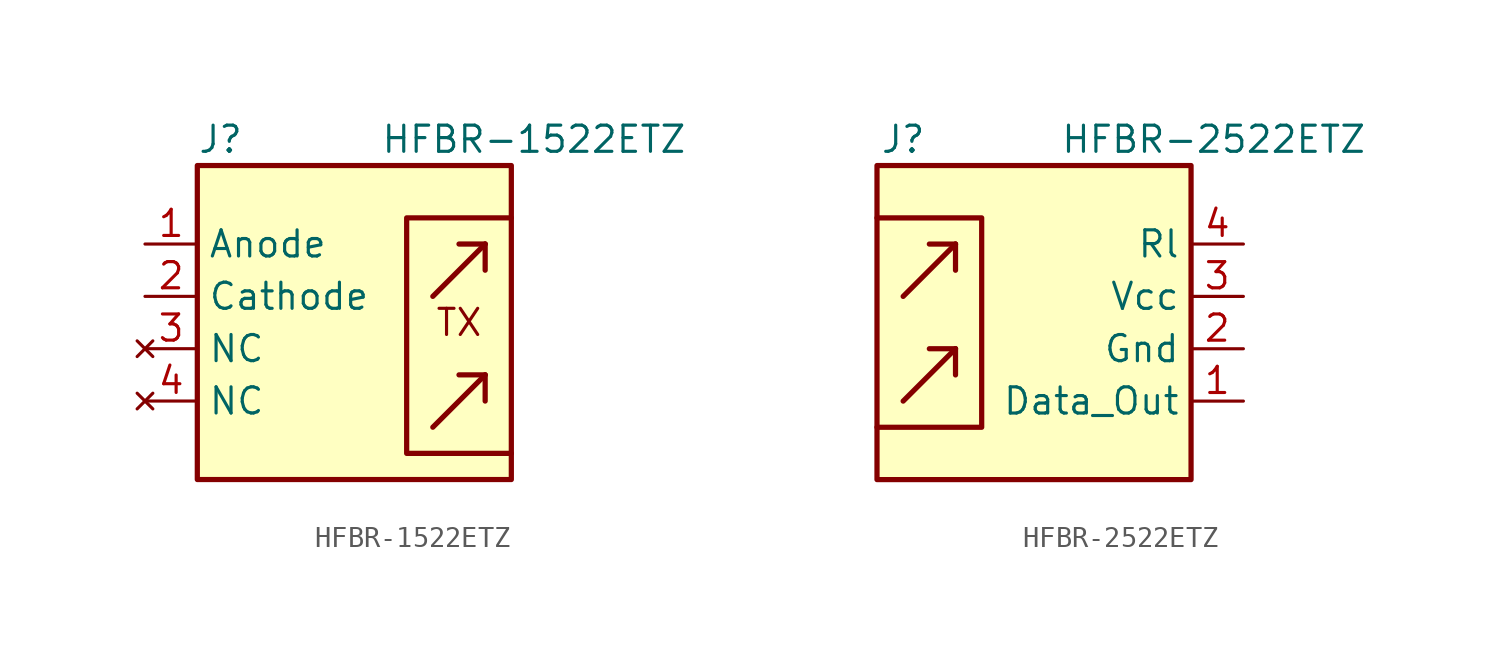
<source format=kicad_sym>
(kicad_symbol_lib
  (version 20211014)
  (generator kicad_symbol_editor)
  (symbol "HFBR-1522ETZ"
    (property "Reference" "J"
      (at -7.62 8.89 0)
      (effects (font (size 1.27 1.27)) (justify left)))
    (property "Value" "HFBR-1522ETZ"
      (at 1.27 8.89 0)
      (effects (font (size 1.27 1.27)) (justify left)))
    (symbol "HFBR-1522ETZ_0_0"
      (text "TX" (at 5.08 0 0) (effects (font (size 1.27 1.27)))))
    (symbol "HFBR-1522ETZ_0_1"
      (rectangle (start -7.62 7.62) (end 7.62 -7.62) (stroke (width 0.254) (type default) (color 0 0 0 0)) (fill (type background)))
      (polyline (pts (xy 6.35 -2.54) (xy 3.81 -5.08)) (stroke (width 0.254) (type default) (color 0 0 0 0)) (fill (type none)))
      (polyline (pts (xy 6.35 -2.54) (xy 5.08 -2.54)) (stroke (width 0.254) (type default) (color 0 0 0 0)) (fill (type none)))
      (polyline (pts (xy 6.35 -2.54) (xy 6.35 -3.81)) (stroke (width 0.254) (type default) (color 0 0 0 0)) (fill (type none)))
      (polyline (pts (xy 6.35 3.81) (xy 3.81 1.27)) (stroke (width 0.254) (type default) (color 0 0 0 0)) (fill (type none)))
      (polyline (pts (xy 6.35 3.81) (xy 5.08 3.81)) (stroke (width 0.254) (type default) (color 0 0 0 0)) (fill (type none)))
      (polyline (pts (xy 6.35 3.81) (xy 6.35 2.54)) (stroke (width 0.254) (type default) (color 0 0 0 0)) (fill (type none)))
      (polyline (pts (xy 7.62 5.08) (xy 2.54 5.08) (xy 2.54 -1.27) (xy 2.54 -6.35) (xy 7.62 -6.35)) (stroke (width 0.254) (type default) (color 0 0 0 0)) (fill (type none))))
    (symbol "HFBR-1522ETZ_1_1"
      (pin input line (at -10.16 3.81 0) (length 2.54) (name "Anode" (effects (font (size 1.27 1.27)))) (number "1" (effects (font (size 1.27 1.27)))))
      (pin input line (at -10.16 1.27 0) (length 2.54) (name "Cathode" (effects (font (size 1.27 1.27)))) (number "2" (effects (font (size 1.27 1.27)))))
      (pin no_connect line (at -10.16 -1.27 0) (length 2.54) (name "NC" (effects (font (size 1.27 1.27)))) (number "3" (effects (font (size 1.27 1.27)))))
      (pin no_connect line (at -10.16 -3.81 0) (length 2.54) (name "NC" (effects (font (size 1.27 1.27)))) (number "4" (effects (font (size 1.27 1.27)))))))
  (symbol "HFBR-2522ETZ"
    (property "Reference" "J"
      (at -6.35 8.89 0)
      (effects (font (size 1.27 1.27))))
    (property "Value" "HFBR-2522ETZ"
      (at 1.27 8.89 0)
      (effects (font (size 1.27 1.27)) (justify left)))
    (symbol "HFBR-2522ETZ_0_1"
      (rectangle (start -7.62 7.62) (end 7.62 -7.62) (stroke (width 0.254) (type default) (color 0 0 0 0)) (fill (type background)))
      (polyline (pts (xy -3.81 -1.27) (xy -6.35 -3.81)) (stroke (width 0.254) (type default) (color 0 0 0 0)) (fill (type none)))
      (polyline (pts (xy -3.81 -1.27) (xy -5.08 -1.27)) (stroke (width 0.254) (type default) (color 0 0 0 0)) (fill (type none)))
      (polyline (pts (xy -3.81 -1.27) (xy -3.81 -2.54)) (stroke (width 0.254) (type default) (color 0 0 0 0)) (fill (type none)))
      (polyline (pts (xy -3.81 3.81) (xy -6.35 1.27)) (stroke (width 0.254) (type default) (color 0 0 0 0)) (fill (type none)))
      (polyline (pts (xy -3.81 3.81) (xy -5.08 3.81)) (stroke (width 0.254) (type default) (color 0 0 0 0)) (fill (type none)))
      (polyline (pts (xy -3.81 3.81) (xy -3.81 2.54)) (stroke (width 0.254) (type default) (color 0 0 0 0)) (fill (type none)))
      (polyline (pts (xy -7.62 5.08) (xy -2.54 5.08) (xy -2.54 -5.08) (xy -7.62 -5.08)) (stroke (width 0.254) (type default) (color 0 0 0 0)) (fill (type none))))
    (symbol "HFBR-2522ETZ_1_1"
      (pin output line (at 10.16 -3.81 180) (length 2.54) (name "Data_Out" (effects (font (size 1.27 1.27)))) (number "1" (effects (font (size 1.27 1.27)))))
      (pin input line (at 10.16 -1.27 180) (length 2.54) (name "Gnd" (effects (font (size 1.27 1.27)))) (number "2" (effects (font (size 1.27 1.27)))))
      (pin power_in line (at 10.16 1.27 180) (length 2.54) (name "Vcc" (effects (font (size 1.27 1.27)))) (number "3" (effects (font (size 1.27 1.27)))))
      (pin input line (at 10.16 3.81 180) (length 2.54) (name "Rl" (effects (font (size 1.27 1.27)))) (number "4" (effects (font (size 1.27 1.27))))))))
</source>
